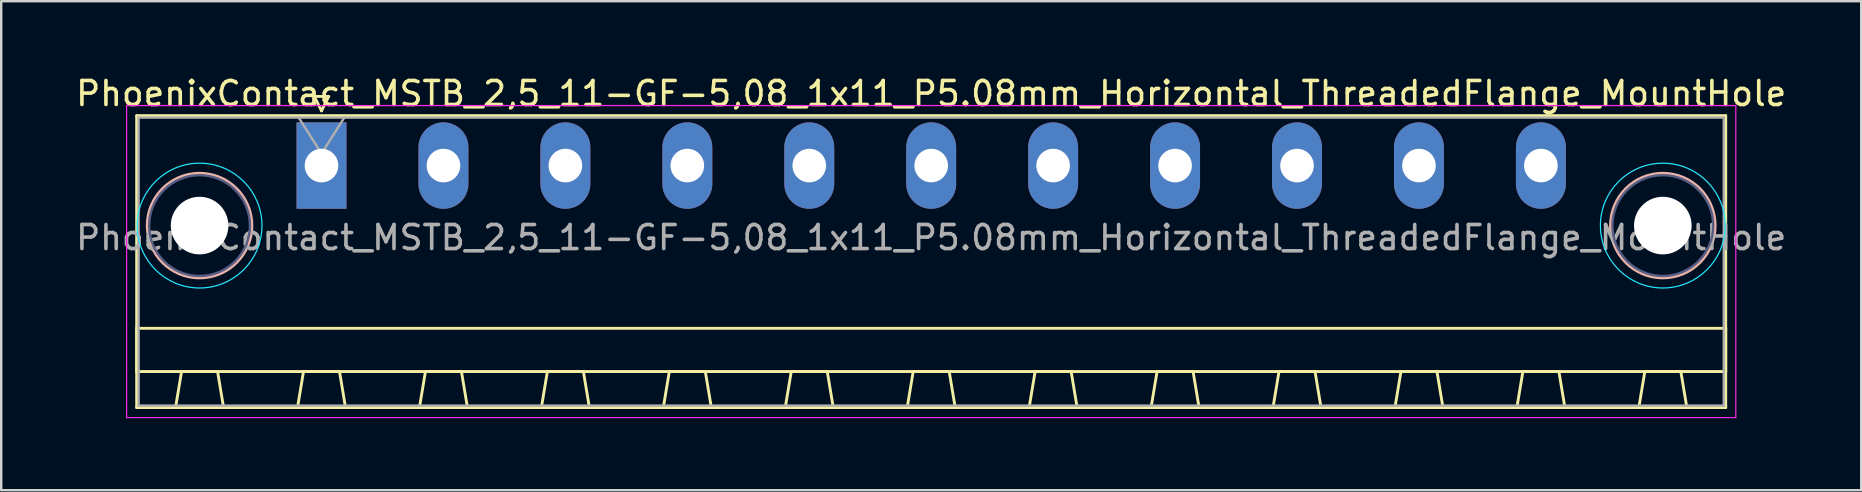
<source format=kicad_pcb>
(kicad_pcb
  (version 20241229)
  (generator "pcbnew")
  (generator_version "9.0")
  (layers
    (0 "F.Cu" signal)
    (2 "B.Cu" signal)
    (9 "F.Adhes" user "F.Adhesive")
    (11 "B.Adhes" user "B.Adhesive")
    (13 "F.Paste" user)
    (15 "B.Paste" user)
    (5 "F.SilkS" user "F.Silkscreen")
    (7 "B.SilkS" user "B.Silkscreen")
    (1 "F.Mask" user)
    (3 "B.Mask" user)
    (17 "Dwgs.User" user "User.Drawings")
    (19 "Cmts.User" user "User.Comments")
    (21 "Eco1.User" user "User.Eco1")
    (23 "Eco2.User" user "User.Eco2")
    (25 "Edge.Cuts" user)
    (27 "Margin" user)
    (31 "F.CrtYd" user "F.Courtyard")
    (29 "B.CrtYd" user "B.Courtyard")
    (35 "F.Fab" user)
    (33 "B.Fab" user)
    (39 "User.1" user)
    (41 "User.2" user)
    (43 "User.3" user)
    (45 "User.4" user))
  (footprint "PhoenixContact_MSTB_2,5_11-GF-5,08_1x11_P5.08mm_Horizontal_ThreadedFlange_MountHole"
    (layer "F.Cu")
    (at 10.344 3.848)
    (property "Reference" "PhoenixContact_MSTB_2,5_11-GF-5,08_1x11_P5.08mm_Horizontal_ThreadedFlange_MountHole" (at 25.4 -3 0) (layer "F.SilkS") (effects (font (size 1 1) (thickness 0.15))))
    (attr through_hole)
    (fp_line (start -7.7 -2.08) (end -7.7 10.08) (stroke (width 0.12) (type solid)) (layer "F.SilkS"))
    (fp_line (start -7.7 6.78) (end 58.5 6.78) (stroke (width 0.12) (type solid)) (layer "F.SilkS"))
    (fp_line (start -7.7 8.58) (end -7.7 6.78) (stroke (width 0.12) (type solid)) (layer "F.SilkS"))
    (fp_line (start -7.7 10.08) (end 58.5 10.08) (stroke (width 0.12) (type solid)) (layer "F.SilkS"))
    (fp_line (start -6.08 10.08) (end -4.08 10.08) (stroke (width 0.12) (type solid)) (layer "F.SilkS"))
    (fp_line (start -5.83 8.58) (end -6.08 10.08) (stroke (width 0.12) (type solid)) (layer "F.SilkS"))
    (fp_line (start -4.33 8.58) (end -5.83 8.58) (stroke (width 0.12) (type solid)) (layer "F.SilkS"))
    (fp_line (start -4.08 10.08) (end -4.33 8.58) (stroke (width 0.12) (type solid)) (layer "F.SilkS"))
    (fp_line (start -1 10.08) (end 1 10.08) (stroke (width 0.12) (type solid)) (layer "F.SilkS"))
    (fp_line (start -0.75 8.58) (end -1 10.08) (stroke (width 0.12) (type solid)) (layer "F.SilkS"))
    (fp_line (start -0.3 -2.88) (end 0.3 -2.88) (stroke (width 0.12) (type solid)) (layer "F.SilkS"))
    (fp_line (start 0 -2.28) (end -0.3 -2.88) (stroke (width 0.12) (type solid)) (layer "F.SilkS"))
    (fp_line (start 0.3 -2.88) (end 0 -2.28) (stroke (width 0.12) (type solid)) (layer "F.SilkS"))
    (fp_line (start 0.75 8.58) (end -0.75 8.58) (stroke (width 0.12) (type solid)) (layer "F.SilkS"))
    (fp_line (start 1 10.08) (end 0.75 8.58) (stroke (width 0.12) (type solid)) (layer "F.SilkS"))
    (fp_line (start 4.08 10.08) (end 6.08 10.08) (stroke (width 0.12) (type solid)) (layer "F.SilkS"))
    (fp_line (start 4.33 8.58) (end 4.08 10.08) (stroke (width 0.12) (type solid)) (layer "F.SilkS"))
    (fp_line (start 5.83 8.58) (end 4.33 8.58) (stroke (width 0.12) (type solid)) (layer "F.SilkS"))
    (fp_line (start 6.08 10.08) (end 5.83 8.58) (stroke (width 0.12) (type solid)) (layer "F.SilkS"))
    (fp_line (start 9.16 10.08) (end 11.16 10.08) (stroke (width 0.12) (type solid)) (layer "F.SilkS"))
    (fp_line (start 9.41 8.58) (end 9.16 10.08) (stroke (width 0.12) (type solid)) (layer "F.SilkS"))
    (fp_line (start 10.91 8.58) (end 9.41 8.58) (stroke (width 0.12) (type solid)) (layer "F.SilkS"))
    (fp_line (start 11.16 10.08) (end 10.91 8.58) (stroke (width 0.12) (type solid)) (layer "F.SilkS"))
    (fp_line (start 14.24 10.08) (end 16.24 10.08) (stroke (width 0.12) (type solid)) (layer "F.SilkS"))
    (fp_line (start 14.49 8.58) (end 14.24 10.08) (stroke (width 0.12) (type solid)) (layer "F.SilkS"))
    (fp_line (start 15.99 8.58) (end 14.49 8.58) (stroke (width 0.12) (type solid)) (layer "F.SilkS"))
    (fp_line (start 16.24 10.08) (end 15.99 8.58) (stroke (width 0.12) (type solid)) (layer "F.SilkS"))
    (fp_line (start 19.32 10.08) (end 21.32 10.08) (stroke (width 0.12) (type solid)) (layer "F.SilkS"))
    (fp_line (start 19.57 8.58) (end 19.32 10.08) (stroke (width 0.12) (type solid)) (layer "F.SilkS"))
    (fp_line (start 21.07 8.58) (end 19.57 8.58) (stroke (width 0.12) (type solid)) (layer "F.SilkS"))
    (fp_line (start 21.32 10.08) (end 21.07 8.58) (stroke (width 0.12) (type solid)) (layer "F.SilkS"))
    (fp_line (start 24.4 10.08) (end 26.4 10.08) (stroke (width 0.12) (type solid)) (layer "F.SilkS"))
    (fp_line (start 24.65 8.58) (end 24.4 10.08) (stroke (width 0.12) (type solid)) (layer "F.SilkS"))
    (fp_line (start 26.15 8.58) (end 24.65 8.58) (stroke (width 0.12) (type solid)) (layer "F.SilkS"))
    (fp_line (start 26.4 10.08) (end 26.15 8.58) (stroke (width 0.12) (type solid)) (layer "F.SilkS"))
    (fp_line (start 29.48 10.08) (end 31.48 10.08) (stroke (width 0.12) (type solid)) (layer "F.SilkS"))
    (fp_line (start 29.73 8.58) (end 29.48 10.08) (stroke (width 0.12) (type solid)) (layer "F.SilkS"))
    (fp_line (start 31.23 8.58) (end 29.73 8.58) (stroke (width 0.12) (type solid)) (layer "F.SilkS"))
    (fp_line (start 31.48 10.08) (end 31.23 8.58) (stroke (width 0.12) (type solid)) (layer "F.SilkS"))
    (fp_line (start 34.56 10.08) (end 36.56 10.08) (stroke (width 0.12) (type solid)) (layer "F.SilkS"))
    (fp_line (start 34.81 8.58) (end 34.56 10.08) (stroke (width 0.12) (type solid)) (layer "F.SilkS"))
    (fp_line (start 36.31 8.58) (end 34.81 8.58) (stroke (width 0.12) (type solid)) (layer "F.SilkS"))
    (fp_line (start 36.56 10.08) (end 36.31 8.58) (stroke (width 0.12) (type solid)) (layer "F.SilkS"))
    (fp_line (start 39.64 10.08) (end 41.64 10.08) (stroke (width 0.12) (type solid)) (layer "F.SilkS"))
    (fp_line (start 39.89 8.58) (end 39.64 10.08) (stroke (width 0.12) (type solid)) (layer "F.SilkS"))
    (fp_line (start 41.39 8.58) (end 39.89 8.58) (stroke (width 0.12) (type solid)) (layer "F.SilkS"))
    (fp_line (start 41.64 10.08) (end 41.39 8.58) (stroke (width 0.12) (type solid)) (layer "F.SilkS"))
    (fp_line (start 44.72 10.08) (end 46.72 10.08) (stroke (width 0.12) (type solid)) (layer "F.SilkS"))
    (fp_line (start 44.97 8.58) (end 44.72 10.08) (stroke (width 0.12) (type solid)) (layer "F.SilkS"))
    (fp_line (start 46.47 8.58) (end 44.97 8.58) (stroke (width 0.12) (type solid)) (layer "F.SilkS"))
    (fp_line (start 46.72 10.08) (end 46.47 8.58) (stroke (width 0.12) (type solid)) (layer "F.SilkS"))
    (fp_line (start 49.8 10.08) (end 51.8 10.08) (stroke (width 0.12) (type solid)) (layer "F.SilkS"))
    (fp_line (start 50.05 8.58) (end 49.8 10.08) (stroke (width 0.12) (type solid)) (layer "F.SilkS"))
    (fp_line (start 51.55 8.58) (end 50.05 8.58) (stroke (width 0.12) (type solid)) (layer "F.SilkS"))
    (fp_line (start 51.8 10.08) (end 51.55 8.58) (stroke (width 0.12) (type solid)) (layer "F.SilkS"))
    (fp_line (start 54.88 10.08) (end 56.88 10.08) (stroke (width 0.12) (type solid)) (layer "F.SilkS"))
    (fp_line (start 55.13 8.58) (end 54.88 10.08) (stroke (width 0.12) (type solid)) (layer "F.SilkS"))
    (fp_line (start 56.63 8.58) (end 55.13 8.58) (stroke (width 0.12) (type solid)) (layer "F.SilkS"))
    (fp_line (start 56.88 10.08) (end 56.63 8.58) (stroke (width 0.12) (type solid)) (layer "F.SilkS"))
    (fp_line (start 58.5 -2.08) (end -7.7 -2.08) (stroke (width 0.12) (type solid)) (layer "F.SilkS"))
    (fp_line (start 58.5 6.78) (end 58.5 8.58) (stroke (width 0.12) (type solid)) (layer "F.SilkS"))
    (fp_line (start 58.5 8.58) (end -7.7 8.58) (stroke (width 0.12) (type solid)) (layer "F.SilkS"))
    (fp_line (start 58.5 10.08) (end 58.5 -2.08) (stroke (width 0.12) (type solid)) (layer "F.SilkS"))
    (fp_circle (center -5.08 2.5) (end -2.9 2.5) (stroke (width 0.12) (type solid)) (fill no) (layer "B.SilkS"))
    (fp_circle (center 55.88 2.5) (end 58.06 2.5) (stroke (width 0.12) (type solid)) (fill no) (layer "B.SilkS"))
    (fp_circle (center -5.08 2.5) (end -2.48 2.5) (stroke (width 0.05) (type solid)) (fill no) (layer "B.CrtYd"))
    (fp_circle (center 55.88 2.5) (end 58.48 2.5) (stroke (width 0.05) (type solid)) (fill no) (layer "B.CrtYd"))
    (fp_line (start -8.12 -2.5) (end -8.12 10.5) (stroke (width 0.05) (type solid)) (layer "F.CrtYd"))
    (fp_line (start -8.12 10.5) (end 58.92 10.5) (stroke (width 0.05) (type solid)) (layer "F.CrtYd"))
    (fp_line (start 58.92 -2.5) (end -8.12 -2.5) (stroke (width 0.05) (type solid)) (layer "F.CrtYd"))
    (fp_line (start 58.92 10.5) (end 58.92 -2.5) (stroke (width 0.05) (type solid)) (layer "F.CrtYd"))
    (fp_circle (center -5.08 2.5) (end -2.98 2.5) (stroke (width 0.1) (type solid)) (fill no) (layer "B.Fab"))
    (fp_circle (center 55.88 2.5) (end 57.98 2.5) (stroke (width 0.1) (type solid)) (fill no) (layer "B.Fab"))
    (fp_line (start -7.62 -2) (end -7.62 10) (stroke (width 0.1) (type solid)) (layer "F.Fab"))
    (fp_line (start -7.62 10) (end 58.42 10) (stroke (width 0.1) (type solid)) (layer "F.Fab"))
    (fp_line (start 0 -0.5) (end -0.95 -2) (stroke (width 0.1) (type solid)) (layer "F.Fab"))
    (fp_line (start 0.95 -2) (end 0 -0.5) (stroke (width 0.1) (type solid)) (layer "F.Fab"))
    (fp_line (start 58.42 -2) (end -7.62 -2) (stroke (width 0.1) (type solid)) (layer "F.Fab"))
    (fp_line (start 58.42 10) (end 58.42 -2) (stroke (width 0.1) (type solid)) (layer "F.Fab"))
    (fp_text user "${REFERENCE}" (at 25.4 3 0) (layer "F.Fab") (effects (font (size 1 1) (thickness 0.15))))
    (pad "" np_thru_hole circle (at -5.08 2.5) (size 2.4 2.4) (drill 2.4) (layers "*.Cu" "*.Mask"))
    (pad "" np_thru_hole circle (at 55.88 2.5) (size 2.4 2.4) (drill 2.4) (layers "*.Cu" "*.Mask"))
    (pad "1" thru_hole rect (at 0 0) (size 2.08 3.6) (drill 1.4) (layers "*.Cu" "*.Mask"))
    (pad "2" thru_hole oval (at 5.08 0) (size 2.08 3.6) (drill 1.4) (layers "*.Cu" "*.Mask"))
    (pad "3" thru_hole oval (at 10.16 0) (size 2.08 3.6) (drill 1.4) (layers "*.Cu" "*.Mask"))
    (pad "4" thru_hole oval (at 15.24 0) (size 2.08 3.6) (drill 1.4) (layers "*.Cu" "*.Mask"))
    (pad "5" thru_hole oval (at 20.32 0) (size 2.08 3.6) (drill 1.4) (layers "*.Cu" "*.Mask"))
    (pad "6" thru_hole oval (at 25.4 0) (size 2.08 3.6) (drill 1.4) (layers "*.Cu" "*.Mask"))
    (pad "7" thru_hole oval (at 30.48 0) (size 2.08 3.6) (drill 1.4) (layers "*.Cu" "*.Mask"))
    (pad "8" thru_hole oval (at 35.56 0) (size 2.08 3.6) (drill 1.4) (layers "*.Cu" "*.Mask"))
    (pad "9" thru_hole oval (at 40.64 0) (size 2.08 3.6) (drill 1.4) (layers "*.Cu" "*.Mask"))
    (pad "10" thru_hole oval (at 45.72 0) (size 2.08 3.6) (drill 1.4) (layers "*.Cu" "*.Mask"))
    (pad "11" thru_hole oval (at 50.8 0) (size 2.08 3.6) (drill 1.4) (layers "*.Cu" "*.Mask")))
  (gr_rect
    (start -3 -3)
    (end 74.488 17.373)
    (stroke (width 0.1) (type default))
    (fill no)
    (layer "Edge.Cuts")))
</source>
